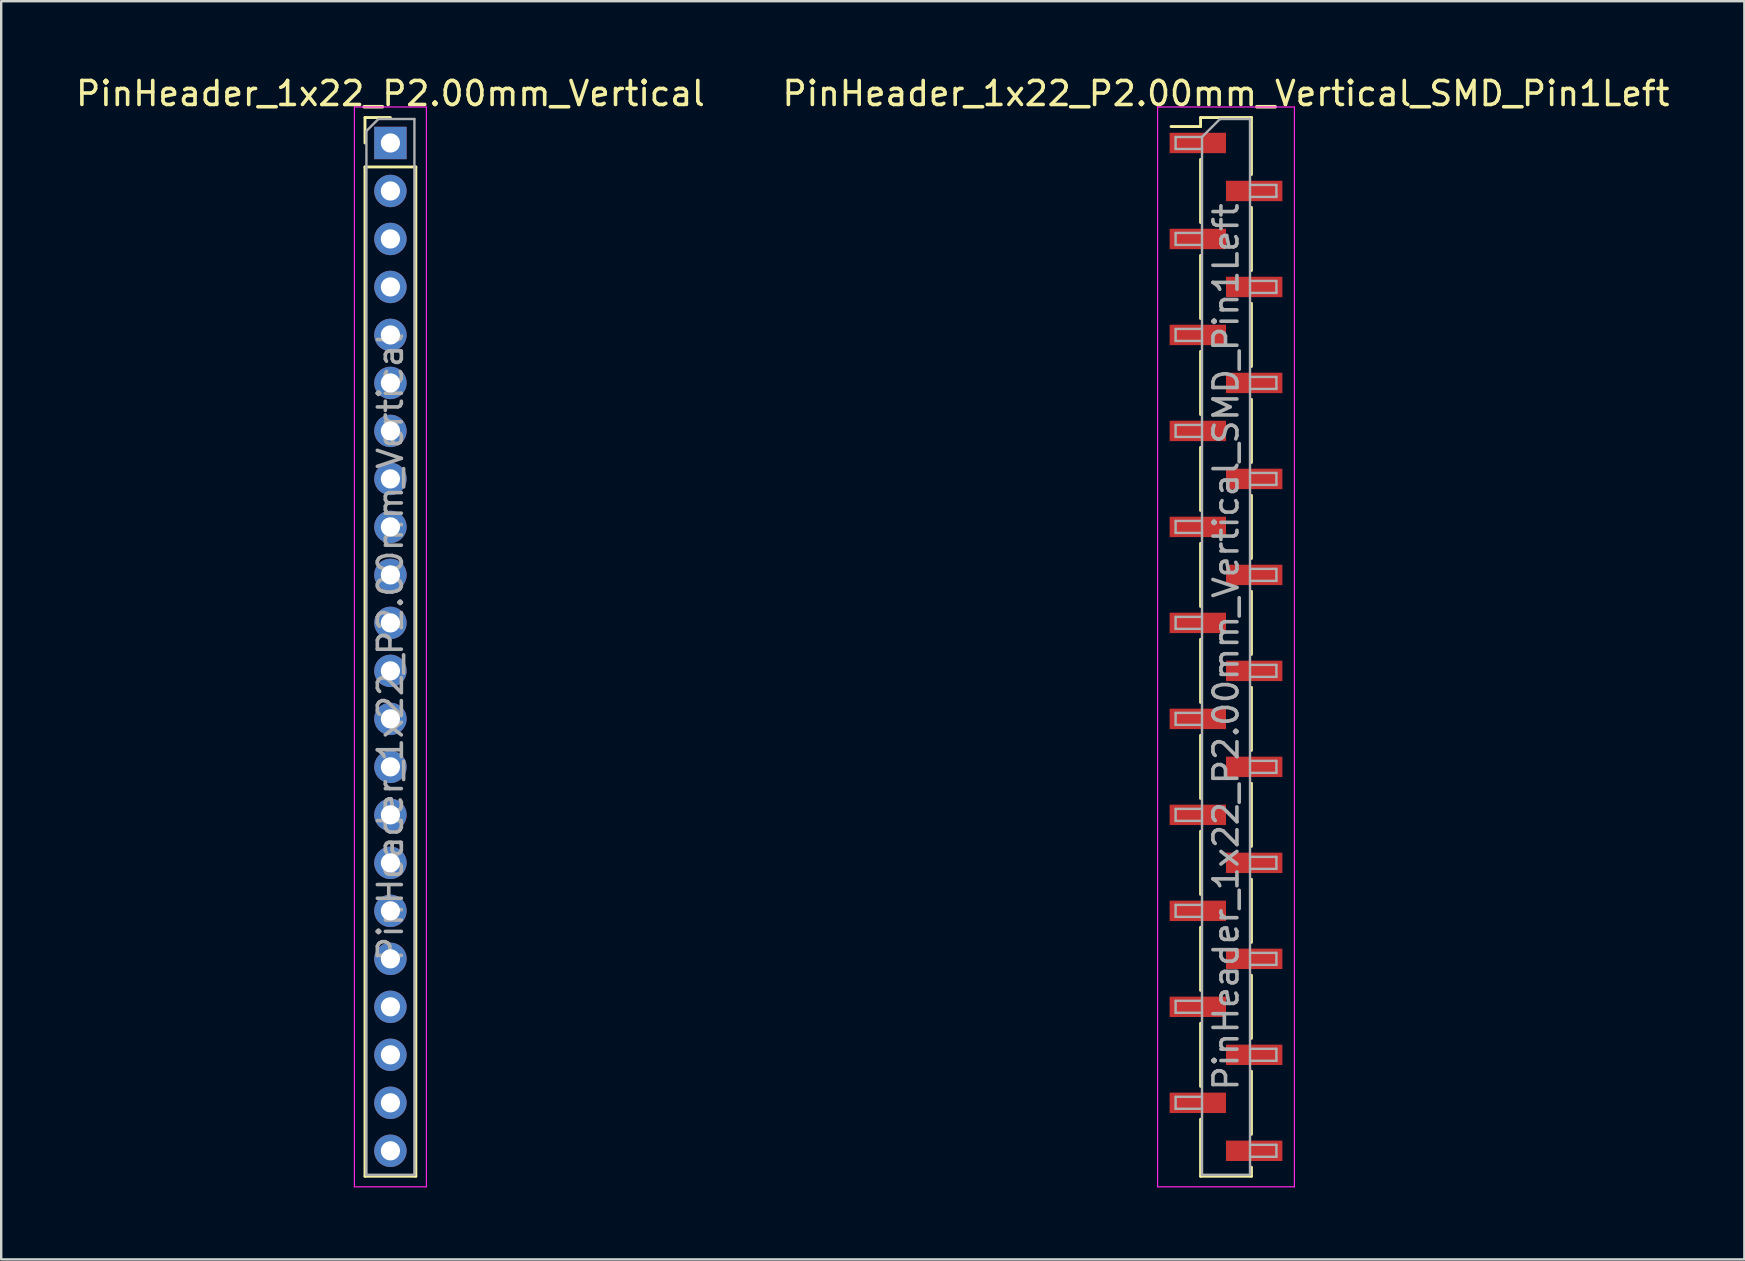
<source format=kicad_pcb>
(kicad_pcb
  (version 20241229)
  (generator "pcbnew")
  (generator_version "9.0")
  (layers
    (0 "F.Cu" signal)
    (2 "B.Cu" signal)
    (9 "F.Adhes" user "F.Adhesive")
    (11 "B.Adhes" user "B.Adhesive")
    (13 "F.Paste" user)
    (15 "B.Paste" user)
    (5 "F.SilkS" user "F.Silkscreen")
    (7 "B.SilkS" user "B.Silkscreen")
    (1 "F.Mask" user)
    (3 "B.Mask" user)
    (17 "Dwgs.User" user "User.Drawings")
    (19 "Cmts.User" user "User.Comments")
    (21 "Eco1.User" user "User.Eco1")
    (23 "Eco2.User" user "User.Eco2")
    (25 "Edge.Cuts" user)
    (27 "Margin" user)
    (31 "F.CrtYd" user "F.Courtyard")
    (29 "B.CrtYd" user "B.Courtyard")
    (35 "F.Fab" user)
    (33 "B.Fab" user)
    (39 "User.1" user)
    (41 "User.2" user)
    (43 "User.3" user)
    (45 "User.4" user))
  (footprint "PinHeader_1x22_P2.00mm_Vertical_SMD_Pin1Left"
    (layer "F.Cu")
    (at 48.042 23.908)
    (property "Reference" "PinHeader_1x22_P2.00mm_Vertical_SMD_Pin1Left" (at 0 -23.06 0) (layer "F.SilkS") (effects (font (size 1 1) (thickness 0.15))))
    (attr smd)
    (fp_line (start -1.06 -22.06) (end -1.06 -21.685) (stroke (width 0.12) (type solid)) (layer "F.SilkS"))
    (fp_line (start -1.06 -22.06) (end 1.06 -22.06) (stroke (width 0.12) (type solid)) (layer "F.SilkS"))
    (fp_line (start -1.06 -21.685) (end -2.29 -21.685) (stroke (width 0.12) (type solid)) (layer "F.SilkS"))
    (fp_line (start -1.06 -20.315) (end -1.06 -17.685) (stroke (width 0.12) (type solid)) (layer "F.SilkS"))
    (fp_line (start -1.06 -16.315) (end -1.06 -13.685) (stroke (width 0.12) (type solid)) (layer "F.SilkS"))
    (fp_line (start -1.06 -12.315) (end -1.06 -9.685) (stroke (width 0.12) (type solid)) (layer "F.SilkS"))
    (fp_line (start -1.06 -8.315) (end -1.06 -5.685) (stroke (width 0.12) (type solid)) (layer "F.SilkS"))
    (fp_line (start -1.06 -4.315) (end -1.06 -1.685) (stroke (width 0.12) (type solid)) (layer "F.SilkS"))
    (fp_line (start -1.06 -0.315) (end -1.06 2.315) (stroke (width 0.12) (type solid)) (layer "F.SilkS"))
    (fp_line (start -1.06 3.685) (end -1.06 6.315) (stroke (width 0.12) (type solid)) (layer "F.SilkS"))
    (fp_line (start -1.06 7.685) (end -1.06 10.315) (stroke (width 0.12) (type solid)) (layer "F.SilkS"))
    (fp_line (start -1.06 11.685) (end -1.06 14.315) (stroke (width 0.12) (type solid)) (layer "F.SilkS"))
    (fp_line (start -1.06 15.685) (end -1.06 18.315) (stroke (width 0.12) (type solid)) (layer "F.SilkS"))
    (fp_line (start -1.06 19.685) (end -1.06 22.06) (stroke (width 0.12) (type solid)) (layer "F.SilkS"))
    (fp_line (start -1.06 22.06) (end 1.06 22.06) (stroke (width 0.12) (type solid)) (layer "F.SilkS"))
    (fp_line (start 1.06 -22.06) (end 1.06 -19.685) (stroke (width 0.12) (type solid)) (layer "F.SilkS"))
    (fp_line (start 1.06 -18.315) (end 1.06 -15.685) (stroke (width 0.12) (type solid)) (layer "F.SilkS"))
    (fp_line (start 1.06 -14.315) (end 1.06 -11.685) (stroke (width 0.12) (type solid)) (layer "F.SilkS"))
    (fp_line (start 1.06 -10.315) (end 1.06 -7.685) (stroke (width 0.12) (type solid)) (layer "F.SilkS"))
    (fp_line (start 1.06 -6.315) (end 1.06 -3.685) (stroke (width 0.12) (type solid)) (layer "F.SilkS"))
    (fp_line (start 1.06 -2.315) (end 1.06 0.315) (stroke (width 0.12) (type solid)) (layer "F.SilkS"))
    (fp_line (start 1.06 1.685) (end 1.06 4.315) (stroke (width 0.12) (type solid)) (layer "F.SilkS"))
    (fp_line (start 1.06 5.685) (end 1.06 8.315) (stroke (width 0.12) (type solid)) (layer "F.SilkS"))
    (fp_line (start 1.06 9.685) (end 1.06 12.315) (stroke (width 0.12) (type solid)) (layer "F.SilkS"))
    (fp_line (start 1.06 13.685) (end 1.06 16.315) (stroke (width 0.12) (type solid)) (layer "F.SilkS"))
    (fp_line (start 1.06 17.685) (end 1.06 20.315) (stroke (width 0.12) (type solid)) (layer "F.SilkS"))
    (fp_line (start 1.06 21.685) (end 1.06 22.06) (stroke (width 0.12) (type solid)) (layer "F.SilkS"))
    (fp_line (start -2.85 -22.5) (end -2.85 22.5) (stroke (width 0.05) (type solid)) (layer "F.CrtYd"))
    (fp_line (start -2.85 22.5) (end 2.85 22.5) (stroke (width 0.05) (type solid)) (layer "F.CrtYd"))
    (fp_line (start 2.85 -22.5) (end -2.85 -22.5) (stroke (width 0.05) (type solid)) (layer "F.CrtYd"))
    (fp_line (start 2.85 22.5) (end 2.85 -22.5) (stroke (width 0.05) (type solid)) (layer "F.CrtYd"))
    (fp_line (start -2.1 -21.25) (end -2.1 -20.75) (stroke (width 0.1) (type solid)) (layer "F.Fab"))
    (fp_line (start -2.1 -20.75) (end -1 -20.75) (stroke (width 0.1) (type solid)) (layer "F.Fab"))
    (fp_line (start -2.1 -17.25) (end -2.1 -16.75) (stroke (width 0.1) (type solid)) (layer "F.Fab"))
    (fp_line (start -2.1 -16.75) (end -1 -16.75) (stroke (width 0.1) (type solid)) (layer "F.Fab"))
    (fp_line (start -2.1 -13.25) (end -2.1 -12.75) (stroke (width 0.1) (type solid)) (layer "F.Fab"))
    (fp_line (start -2.1 -12.75) (end -1 -12.75) (stroke (width 0.1) (type solid)) (layer "F.Fab"))
    (fp_line (start -2.1 -9.25) (end -2.1 -8.75) (stroke (width 0.1) (type solid)) (layer "F.Fab"))
    (fp_line (start -2.1 -8.75) (end -1 -8.75) (stroke (width 0.1) (type solid)) (layer "F.Fab"))
    (fp_line (start -2.1 -5.25) (end -2.1 -4.75) (stroke (width 0.1) (type solid)) (layer "F.Fab"))
    (fp_line (start -2.1 -4.75) (end -1 -4.75) (stroke (width 0.1) (type solid)) (layer "F.Fab"))
    (fp_line (start -2.1 -1.25) (end -2.1 -0.75) (stroke (width 0.1) (type solid)) (layer "F.Fab"))
    (fp_line (start -2.1 -0.75) (end -1 -0.75) (stroke (width 0.1) (type solid)) (layer "F.Fab"))
    (fp_line (start -2.1 2.75) (end -2.1 3.25) (stroke (width 0.1) (type solid)) (layer "F.Fab"))
    (fp_line (start -2.1 3.25) (end -1 3.25) (stroke (width 0.1) (type solid)) (layer "F.Fab"))
    (fp_line (start -2.1 6.75) (end -2.1 7.25) (stroke (width 0.1) (type solid)) (layer "F.Fab"))
    (fp_line (start -2.1 7.25) (end -1 7.25) (stroke (width 0.1) (type solid)) (layer "F.Fab"))
    (fp_line (start -2.1 10.75) (end -2.1 11.25) (stroke (width 0.1) (type solid)) (layer "F.Fab"))
    (fp_line (start -2.1 11.25) (end -1 11.25) (stroke (width 0.1) (type solid)) (layer "F.Fab"))
    (fp_line (start -2.1 14.75) (end -2.1 15.25) (stroke (width 0.1) (type solid)) (layer "F.Fab"))
    (fp_line (start -2.1 15.25) (end -1 15.25) (stroke (width 0.1) (type solid)) (layer "F.Fab"))
    (fp_line (start -2.1 18.75) (end -2.1 19.25) (stroke (width 0.1) (type solid)) (layer "F.Fab"))
    (fp_line (start -2.1 19.25) (end -1 19.25) (stroke (width 0.1) (type solid)) (layer "F.Fab"))
    (fp_line (start -1 -21.25) (end -2.1 -21.25) (stroke (width 0.1) (type solid)) (layer "F.Fab"))
    (fp_line (start -1 -21.25) (end -0.25 -22) (stroke (width 0.1) (type solid)) (layer "F.Fab"))
    (fp_line (start -1 -17.25) (end -2.1 -17.25) (stroke (width 0.1) (type solid)) (layer "F.Fab"))
    (fp_line (start -1 -13.25) (end -2.1 -13.25) (stroke (width 0.1) (type solid)) (layer "F.Fab"))
    (fp_line (start -1 -9.25) (end -2.1 -9.25) (stroke (width 0.1) (type solid)) (layer "F.Fab"))
    (fp_line (start -1 -5.25) (end -2.1 -5.25) (stroke (width 0.1) (type solid)) (layer "F.Fab"))
    (fp_line (start -1 -1.25) (end -2.1 -1.25) (stroke (width 0.1) (type solid)) (layer "F.Fab"))
    (fp_line (start -1 2.75) (end -2.1 2.75) (stroke (width 0.1) (type solid)) (layer "F.Fab"))
    (fp_line (start -1 6.75) (end -2.1 6.75) (stroke (width 0.1) (type solid)) (layer "F.Fab"))
    (fp_line (start -1 10.75) (end -2.1 10.75) (stroke (width 0.1) (type solid)) (layer "F.Fab"))
    (fp_line (start -1 14.75) (end -2.1 14.75) (stroke (width 0.1) (type solid)) (layer "F.Fab"))
    (fp_line (start -1 18.75) (end -2.1 18.75) (stroke (width 0.1) (type solid)) (layer "F.Fab"))
    (fp_line (start -1 22) (end -1 -21.25) (stroke (width 0.1) (type solid)) (layer "F.Fab"))
    (fp_line (start -0.25 -22) (end 1 -22) (stroke (width 0.1) (type solid)) (layer "F.Fab"))
    (fp_line (start 1 -22) (end 1 22) (stroke (width 0.1) (type solid)) (layer "F.Fab"))
    (fp_line (start 1 -19.25) (end 2.1 -19.25) (stroke (width 0.1) (type solid)) (layer "F.Fab"))
    (fp_line (start 1 -15.25) (end 2.1 -15.25) (stroke (width 0.1) (type solid)) (layer "F.Fab"))
    (fp_line (start 1 -11.25) (end 2.1 -11.25) (stroke (width 0.1) (type solid)) (layer "F.Fab"))
    (fp_line (start 1 -7.25) (end 2.1 -7.25) (stroke (width 0.1) (type solid)) (layer "F.Fab"))
    (fp_line (start 1 -3.25) (end 2.1 -3.25) (stroke (width 0.1) (type solid)) (layer "F.Fab"))
    (fp_line (start 1 0.75) (end 2.1 0.75) (stroke (width 0.1) (type solid)) (layer "F.Fab"))
    (fp_line (start 1 4.75) (end 2.1 4.75) (stroke (width 0.1) (type solid)) (layer "F.Fab"))
    (fp_line (start 1 8.75) (end 2.1 8.75) (stroke (width 0.1) (type solid)) (layer "F.Fab"))
    (fp_line (start 1 12.75) (end 2.1 12.75) (stroke (width 0.1) (type solid)) (layer "F.Fab"))
    (fp_line (start 1 16.75) (end 2.1 16.75) (stroke (width 0.1) (type solid)) (layer "F.Fab"))
    (fp_line (start 1 20.75) (end 2.1 20.75) (stroke (width 0.1) (type solid)) (layer "F.Fab"))
    (fp_line (start 1 22) (end -1 22) (stroke (width 0.1) (type solid)) (layer "F.Fab"))
    (fp_line (start 2.1 -19.25) (end 2.1 -18.75) (stroke (width 0.1) (type solid)) (layer "F.Fab"))
    (fp_line (start 2.1 -18.75) (end 1 -18.75) (stroke (width 0.1) (type solid)) (layer "F.Fab"))
    (fp_line (start 2.1 -15.25) (end 2.1 -14.75) (stroke (width 0.1) (type solid)) (layer "F.Fab"))
    (fp_line (start 2.1 -14.75) (end 1 -14.75) (stroke (width 0.1) (type solid)) (layer "F.Fab"))
    (fp_line (start 2.1 -11.25) (end 2.1 -10.75) (stroke (width 0.1) (type solid)) (layer "F.Fab"))
    (fp_line (start 2.1 -10.75) (end 1 -10.75) (stroke (width 0.1) (type solid)) (layer "F.Fab"))
    (fp_line (start 2.1 -7.25) (end 2.1 -6.75) (stroke (width 0.1) (type solid)) (layer "F.Fab"))
    (fp_line (start 2.1 -6.75) (end 1 -6.75) (stroke (width 0.1) (type solid)) (layer "F.Fab"))
    (fp_line (start 2.1 -3.25) (end 2.1 -2.75) (stroke (width 0.1) (type solid)) (layer "F.Fab"))
    (fp_line (start 2.1 -2.75) (end 1 -2.75) (stroke (width 0.1) (type solid)) (layer "F.Fab"))
    (fp_line (start 2.1 0.75) (end 2.1 1.25) (stroke (width 0.1) (type solid)) (layer "F.Fab"))
    (fp_line (start 2.1 1.25) (end 1 1.25) (stroke (width 0.1) (type solid)) (layer "F.Fab"))
    (fp_line (start 2.1 4.75) (end 2.1 5.25) (stroke (width 0.1) (type solid)) (layer "F.Fab"))
    (fp_line (start 2.1 5.25) (end 1 5.25) (stroke (width 0.1) (type solid)) (layer "F.Fab"))
    (fp_line (start 2.1 8.75) (end 2.1 9.25) (stroke (width 0.1) (type solid)) (layer "F.Fab"))
    (fp_line (start 2.1 9.25) (end 1 9.25) (stroke (width 0.1) (type solid)) (layer "F.Fab"))
    (fp_line (start 2.1 12.75) (end 2.1 13.25) (stroke (width 0.1) (type solid)) (layer "F.Fab"))
    (fp_line (start 2.1 13.25) (end 1 13.25) (stroke (width 0.1) (type solid)) (layer "F.Fab"))
    (fp_line (start 2.1 16.75) (end 2.1 17.25) (stroke (width 0.1) (type solid)) (layer "F.Fab"))
    (fp_line (start 2.1 17.25) (end 1 17.25) (stroke (width 0.1) (type solid)) (layer "F.Fab"))
    (fp_line (start 2.1 20.75) (end 2.1 21.25) (stroke (width 0.1) (type solid)) (layer "F.Fab"))
    (fp_line (start 2.1 21.25) (end 1 21.25) (stroke (width 0.1) (type solid)) (layer "F.Fab"))
    (fp_text user "${REFERENCE}" (at 0 0 90) (layer "F.Fab") (effects (font (size 1 1) (thickness 0.15))))
    (pad "1" smd rect (at -1.175 -21) (size 2.35 0.85) (layers "F.Cu" "F.Mask" "F.Paste"))
    (pad "2" smd rect (at 1.175 -19) (size 2.35 0.85) (layers "F.Cu" "F.Mask" "F.Paste"))
    (pad "3" smd rect (at -1.175 -17) (size 2.35 0.85) (layers "F.Cu" "F.Mask" "F.Paste"))
    (pad "4" smd rect (at 1.175 -15) (size 2.35 0.85) (layers "F.Cu" "F.Mask" "F.Paste"))
    (pad "5" smd rect (at -1.175 -13) (size 2.35 0.85) (layers "F.Cu" "F.Mask" "F.Paste"))
    (pad "6" smd rect (at 1.175 -11) (size 2.35 0.85) (layers "F.Cu" "F.Mask" "F.Paste"))
    (pad "7" smd rect (at -1.175 -9) (size 2.35 0.85) (layers "F.Cu" "F.Mask" "F.Paste"))
    (pad "8" smd rect (at 1.175 -7) (size 2.35 0.85) (layers "F.Cu" "F.Mask" "F.Paste"))
    (pad "9" smd rect (at -1.175 -5) (size 2.35 0.85) (layers "F.Cu" "F.Mask" "F.Paste"))
    (pad "10" smd rect (at 1.175 -3) (size 2.35 0.85) (layers "F.Cu" "F.Mask" "F.Paste"))
    (pad "11" smd rect (at -1.175 -1) (size 2.35 0.85) (layers "F.Cu" "F.Mask" "F.Paste"))
    (pad "12" smd rect (at 1.175 1) (size 2.35 0.85) (layers "F.Cu" "F.Mask" "F.Paste"))
    (pad "13" smd rect (at -1.175 3) (size 2.35 0.85) (layers "F.Cu" "F.Mask" "F.Paste"))
    (pad "14" smd rect (at 1.175 5) (size 2.35 0.85) (layers "F.Cu" "F.Mask" "F.Paste"))
    (pad "15" smd rect (at -1.175 7) (size 2.35 0.85) (layers "F.Cu" "F.Mask" "F.Paste"))
    (pad "16" smd rect (at 1.175 9) (size 2.35 0.85) (layers "F.Cu" "F.Mask" "F.Paste"))
    (pad "17" smd rect (at -1.175 11) (size 2.35 0.85) (layers "F.Cu" "F.Mask" "F.Paste"))
    (pad "18" smd rect (at 1.175 13) (size 2.35 0.85) (layers "F.Cu" "F.Mask" "F.Paste"))
    (pad "19" smd rect (at -1.175 15) (size 2.35 0.85) (layers "F.Cu" "F.Mask" "F.Paste"))
    (pad "20" smd rect (at 1.175 17) (size 2.35 0.85) (layers "F.Cu" "F.Mask" "F.Paste"))
    (pad "21" smd rect (at -1.175 19) (size 2.35 0.85) (layers "F.Cu" "F.Mask" "F.Paste"))
    (pad "22" smd rect (at 1.175 21) (size 2.35 0.85) (layers "F.Cu" "F.Mask" "F.Paste")))
  (footprint "PinHeader_1x22_P2.00mm_Vertical"
    (layer "F.Cu")
    (at 13.22 2.908)
    (property "Reference" "PinHeader_1x22_P2.00mm_Vertical" (at 0 -2.06 0) (layer "F.SilkS") (effects (font (size 1 1) (thickness 0.15))))
    (attr through_hole)
    (fp_line (start -1.06 -1.06) (end 0 -1.06) (stroke (width 0.12) (type solid)) (layer "F.SilkS"))
    (fp_line (start -1.06 0) (end -1.06 -1.06) (stroke (width 0.12) (type solid)) (layer "F.SilkS"))
    (fp_line (start -1.06 1) (end -1.06 43.06) (stroke (width 0.12) (type solid)) (layer "F.SilkS"))
    (fp_line (start -1.06 1) (end 1.06 1) (stroke (width 0.12) (type solid)) (layer "F.SilkS"))
    (fp_line (start -1.06 43.06) (end 1.06 43.06) (stroke (width 0.12) (type solid)) (layer "F.SilkS"))
    (fp_line (start 1.06 1) (end 1.06 43.06) (stroke (width 0.12) (type solid)) (layer "F.SilkS"))
    (fp_line (start -1.5 -1.5) (end -1.5 43.5) (stroke (width 0.05) (type solid)) (layer "F.CrtYd"))
    (fp_line (start -1.5 43.5) (end 1.5 43.5) (stroke (width 0.05) (type solid)) (layer "F.CrtYd"))
    (fp_line (start 1.5 -1.5) (end -1.5 -1.5) (stroke (width 0.05) (type solid)) (layer "F.CrtYd"))
    (fp_line (start 1.5 43.5) (end 1.5 -1.5) (stroke (width 0.05) (type solid)) (layer "F.CrtYd"))
    (fp_line (start -1 -0.5) (end -0.5 -1) (stroke (width 0.1) (type solid)) (layer "F.Fab"))
    (fp_line (start -1 43) (end -1 -0.5) (stroke (width 0.1) (type solid)) (layer "F.Fab"))
    (fp_line (start -0.5 -1) (end 1 -1) (stroke (width 0.1) (type solid)) (layer "F.Fab"))
    (fp_line (start 1 -1) (end 1 43) (stroke (width 0.1) (type solid)) (layer "F.Fab"))
    (fp_line (start 1 43) (end -1 43) (stroke (width 0.1) (type solid)) (layer "F.Fab"))
    (fp_text user "${REFERENCE}" (at 0 21 90) (layer "F.Fab") (effects (font (size 1 1) (thickness 0.15))))
    (pad "1" thru_hole rect (at 0 0) (size 1.35 1.35) (drill 0.8) (layers "*.Cu" "*.Mask"))
    (pad "2" thru_hole oval (at 0 2) (size 1.35 1.35) (drill 0.8) (layers "*.Cu" "*.Mask"))
    (pad "3" thru_hole oval (at 0 4) (size 1.35 1.35) (drill 0.8) (layers "*.Cu" "*.Mask"))
    (pad "4" thru_hole oval (at 0 6) (size 1.35 1.35) (drill 0.8) (layers "*.Cu" "*.Mask"))
    (pad "5" thru_hole oval (at 0 8) (size 1.35 1.35) (drill 0.8) (layers "*.Cu" "*.Mask"))
    (pad "6" thru_hole oval (at 0 10) (size 1.35 1.35) (drill 0.8) (layers "*.Cu" "*.Mask"))
    (pad "7" thru_hole oval (at 0 12) (size 1.35 1.35) (drill 0.8) (layers "*.Cu" "*.Mask"))
    (pad "8" thru_hole oval (at 0 14) (size 1.35 1.35) (drill 0.8) (layers "*.Cu" "*.Mask"))
    (pad "9" thru_hole oval (at 0 16) (size 1.35 1.35) (drill 0.8) (layers "*.Cu" "*.Mask"))
    (pad "10" thru_hole oval (at 0 18) (size 1.35 1.35) (drill 0.8) (layers "*.Cu" "*.Mask"))
    (pad "11" thru_hole oval (at 0 20) (size 1.35 1.35) (drill 0.8) (layers "*.Cu" "*.Mask"))
    (pad "12" thru_hole oval (at 0 22) (size 1.35 1.35) (drill 0.8) (layers "*.Cu" "*.Mask"))
    (pad "13" thru_hole oval (at 0 24) (size 1.35 1.35) (drill 0.8) (layers "*.Cu" "*.Mask"))
    (pad "14" thru_hole oval (at 0 26) (size 1.35 1.35) (drill 0.8) (layers "*.Cu" "*.Mask"))
    (pad "15" thru_hole oval (at 0 28) (size 1.35 1.35) (drill 0.8) (layers "*.Cu" "*.Mask"))
    (pad "16" thru_hole oval (at 0 30) (size 1.35 1.35) (drill 0.8) (layers "*.Cu" "*.Mask"))
    (pad "17" thru_hole oval (at 0 32) (size 1.35 1.35) (drill 0.8) (layers "*.Cu" "*.Mask"))
    (pad "18" thru_hole oval (at 0 34) (size 1.35 1.35) (drill 0.8) (layers "*.Cu" "*.Mask"))
    (pad "19" thru_hole oval (at 0 36) (size 1.35 1.35) (drill 0.8) (layers "*.Cu" "*.Mask"))
    (pad "20" thru_hole oval (at 0 38) (size 1.35 1.35) (drill 0.8) (layers "*.Cu" "*.Mask"))
    (pad "21" thru_hole oval (at 0 40) (size 1.35 1.35) (drill 0.8) (layers "*.Cu" "*.Mask"))
    (pad "22" thru_hole oval (at 0 42) (size 1.35 1.35) (drill 0.8) (layers "*.Cu" "*.Mask")))
  (gr_rect
    (start -3 -3)
    (end 69.643 49.433)
    (stroke (width 0.1) (type default))
    (fill no)
    (layer "Edge.Cuts")))
</source>
